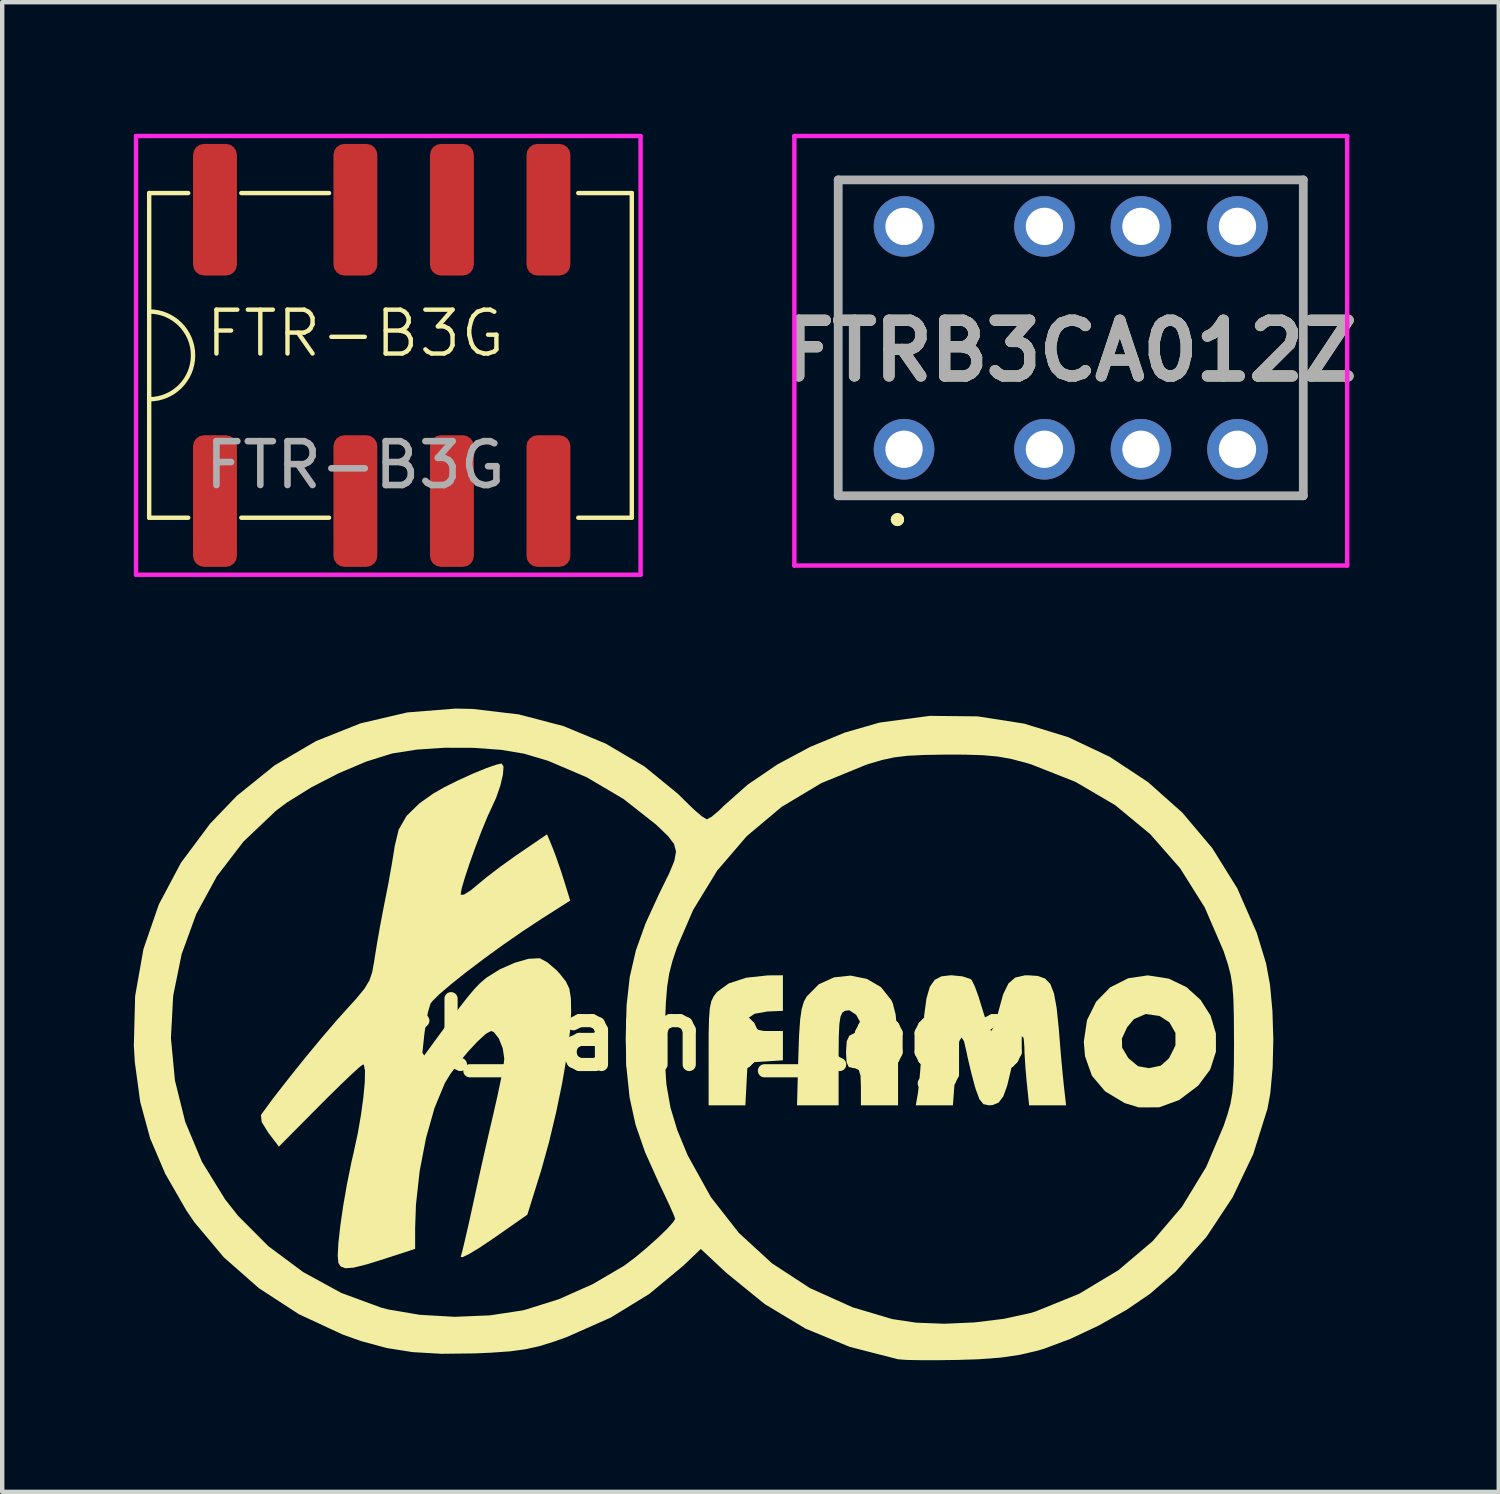
<source format=kicad_pcb>
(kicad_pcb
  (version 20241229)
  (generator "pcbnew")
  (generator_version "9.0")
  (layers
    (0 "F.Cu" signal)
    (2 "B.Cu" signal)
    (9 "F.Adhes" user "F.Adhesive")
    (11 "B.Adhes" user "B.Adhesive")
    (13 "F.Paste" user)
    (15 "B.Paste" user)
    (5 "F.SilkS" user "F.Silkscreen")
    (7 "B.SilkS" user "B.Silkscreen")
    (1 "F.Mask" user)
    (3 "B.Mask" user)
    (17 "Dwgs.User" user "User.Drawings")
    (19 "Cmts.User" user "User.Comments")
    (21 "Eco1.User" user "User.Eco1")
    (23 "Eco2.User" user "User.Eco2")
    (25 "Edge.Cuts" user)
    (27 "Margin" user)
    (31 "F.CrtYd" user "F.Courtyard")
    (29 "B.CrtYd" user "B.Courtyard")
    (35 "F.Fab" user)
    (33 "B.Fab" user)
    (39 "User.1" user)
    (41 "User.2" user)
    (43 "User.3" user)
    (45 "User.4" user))
  (footprint "FTR-B3G"
    (layer "F.Cu")
    (at 5.05 5.05)
    (property "Reference" "FTR-B3G" (at 0 -0.5 0) (unlocked yes) (layer "F.SilkS") (effects (font (size 1 1) (thickness 0.1))))
    (attr smd)
    (fp_line (start -4.7 -3.7) (end -4.7 3.7) (stroke (width 0.1) (type default)) (layer "F.SilkS"))
    (fp_line (start -3.81 -3.7) (end -4.7 -3.7) (stroke (width 0.1) (type default)) (layer "F.SilkS"))
    (fp_line (start -3.81 3.7) (end -4.7 3.7) (stroke (width 0.1) (type default)) (layer "F.SilkS"))
    (fp_line (start -0.6 -3.7) (end -2.6 -3.7) (stroke (width 0.1) (type default)) (layer "F.SilkS"))
    (fp_line (start -0.6 3.7) (end -2.6 3.7) (stroke (width 0.1) (type default)) (layer "F.SilkS"))
    (fp_line (start 6.3 -3.7) (end 5.08 -3.7) (stroke (width 0.1) (type default)) (layer "F.SilkS"))
    (fp_line (start 6.3 -3.7) (end 6.3 3.7) (stroke (width 0.1) (type default)) (layer "F.SilkS"))
    (fp_line (start 6.3 3.7) (end 5.08 3.7) (stroke (width 0.1) (type default)) (layer "F.SilkS"))
    (fp_arc (start -4.7 -1) (mid -3.7 0) (end -4.7 1) (stroke (width 0.1) (type default)) (layer "F.SilkS"))
    (fp_line (start -5 -5) (end -5 5) (stroke (width 0.1) (type default)) (layer "F.CrtYd"))
    (fp_line (start -5 -5) (end 6.5 -5) (stroke (width 0.1) (type default)) (layer "F.CrtYd"))
    (fp_line (start -5 5) (end 6.5 5) (stroke (width 0.1) (type default)) (layer "F.CrtYd"))
    (fp_line (start 6.5 -5) (end 6.5 5) (stroke (width 0.1) (type default)) (layer "F.CrtYd"))
    (fp_text user "${REFERENCE}" (at 0 2.5 0) (unlocked yes) (layer "F.Fab") (effects (font (size 1 1) (thickness 0.15))))
    (pad "1" smd roundrect (at -3.2 3.32) (size 1 3) (layers "F.Cu" "F.Mask" "F.Paste") (roundrect_rratio 0.25))
    (pad "2" smd roundrect (at 0 3.32) (size 1 3) (layers "F.Cu" "F.Mask" "F.Paste") (roundrect_rratio 0.25))
    (pad "3" smd roundrect (at 2.2 3.32) (size 1 3) (layers "F.Cu" "F.Mask" "F.Paste") (roundrect_rratio 0.25))
    (pad "4" smd roundrect (at 4.4 3.32) (size 1 3) (layers "F.Cu" "F.Mask" "F.Paste") (roundrect_rratio 0.25))
    (pad "5" smd roundrect (at 4.4 -3.32) (size 1 3) (layers "F.Cu" "F.Mask" "F.Paste") (roundrect_rratio 0.25))
    (pad "6" smd roundrect (at 2.2 -3.32) (size 1 3) (layers "F.Cu" "F.Mask" "F.Paste") (roundrect_rratio 0.25))
    (pad "7" smd roundrect (at 0 -3.32) (size 1 3) (layers "F.Cu" "F.Mask" "F.Paste") (roundrect_rratio 0.25))
    (pad "8" smd roundrect (at -3.2 -3.32) (size 1 3) (layers "F.Cu" "F.Mask" "F.Paste") (roundrect_rratio 0.25)))
  (footprint "FTRB3CA012Z"
    (layer "F.Cu")
    (at 17.555 7.19)
    (property "Reference" "FTRB3CA012Z" (at 3.8 -2.245 0) (layer "F.SilkS") (effects (font (size 1.27 1.27) (thickness 0.254))))
    (attr through_hole)
    (fp_line (start -1.5 -6.14) (end -1.5 1.06) (stroke (width 0.1) (type solid)) (layer "F.SilkS"))
    (fp_line (start -1.5 1.06) (end 9.1 1.06) (stroke (width 0.1) (type solid)) (layer "F.SilkS"))
    (fp_line (start -0.2 1.6) (end -0.2 1.6) (stroke (width 0.2) (type solid)) (layer "F.SilkS"))
    (fp_line (start -0.2 1.6) (end -0.2 1.6) (stroke (width 0.2) (type solid)) (layer "F.SilkS"))
    (fp_line (start -0.1 1.6) (end -0.1 1.6) (stroke (width 0.2) (type solid)) (layer "F.SilkS"))
    (fp_line (start 9.1 -6.14) (end -1.5 -6.14) (stroke (width 0.1) (type solid)) (layer "F.SilkS"))
    (fp_line (start 9.1 1.06) (end 9.1 -6.14) (stroke (width 0.1) (type solid)) (layer "F.SilkS"))
    (fp_arc (start -0.2 1.6) (mid -0.15 1.55) (end -0.1 1.6) (stroke (width 0.2) (type solid)) (layer "F.SilkS"))
    (fp_arc (start -0.1 1.6) (mid -0.15 1.65) (end -0.2 1.6) (stroke (width 0.2) (type solid)) (layer "F.SilkS"))
    (fp_arc (start -0.1 1.6) (mid -0.15 1.65) (end -0.2 1.6) (stroke (width 0.2) (type solid)) (layer "F.SilkS"))
    (fp_line (start -2.5 -7.14) (end -2.5 2.65) (stroke (width 0.1) (type solid)) (layer "F.CrtYd"))
    (fp_line (start -2.5 2.65) (end 10.1 2.65) (stroke (width 0.1) (type solid)) (layer "F.CrtYd"))
    (fp_line (start 10.1 -7.14) (end -2.5 -7.14) (stroke (width 0.1) (type solid)) (layer "F.CrtYd"))
    (fp_line (start 10.1 2.65) (end 10.1 -7.14) (stroke (width 0.1) (type solid)) (layer "F.CrtYd"))
    (fp_line (start -1.5 -6.14) (end 9.1 -6.14) (stroke (width 0.2) (type solid)) (layer "F.Fab"))
    (fp_line (start -1.5 1.06) (end -1.5 -6.14) (stroke (width 0.2) (type solid)) (layer "F.Fab"))
    (fp_line (start 9.1 -6.14) (end 9.1 1.06) (stroke (width 0.2) (type solid)) (layer "F.Fab"))
    (fp_line (start 9.1 1.06) (end -1.5 1.06) (stroke (width 0.2) (type solid)) (layer "F.Fab"))
    (fp_text user "${REFERENCE}" (at 3.8 -2.245 0) (layer "F.Fab") (effects (font (size 1.27 1.27) (thickness 0.254))))
    (pad "1" thru_hole circle (at 0 0) (size 1.381 1.381) (drill 0.85) (layers "*.Cu" "*.Mask"))
    (pad "2" thru_hole circle (at 3.2 0) (size 1.381 1.381) (drill 0.85) (layers "*.Cu" "*.Mask"))
    (pad "3" thru_hole circle (at 5.4 0) (size 1.381 1.381) (drill 0.85) (layers "*.Cu" "*.Mask"))
    (pad "4" thru_hole circle (at 7.6 0) (size 1.381 1.381) (drill 0.85) (layers "*.Cu" "*.Mask"))
    (pad "5" thru_hole circle (at 7.6 -5.08) (size 1.381 1.381) (drill 0.85) (layers "*.Cu" "*.Mask"))
    (pad "6" thru_hole circle (at 5.4 -5.08) (size 1.381 1.381) (drill 0.85) (layers "*.Cu" "*.Mask"))
    (pad "7" thru_hole circle (at 3.2 -5.08) (size 1.381 1.381) (drill 0.85) (layers "*.Cu" "*.Mask"))
    (pad "8" thru_hole circle (at 0 -5.08) (size 1.381 1.381) (drill 0.85) (layers "*.Cu" "*.Mask")))
  (footprint "kl_famo_logo"
    (layer "F.Cu")
    (at 13.016 20.534)
    (property "Reference" "kl_famo_logo" (at 0 0 0) (layer "F.SilkS") (effects (font (size 1.5 1.5) (thickness 0.3))))
    (attr exclude_from_pos_files exclude_from_bom)
    (fp_poly (pts (xy 1.778 -0.949) (xy 1.778 -0.544) (xy 1.426 -0.53) (xy 1.134 -0.478) (xy 0.977 -0.373) (xy 0.957 -0.249) (xy 1.076 -0.143) (xy 1.334 -0.087) (xy 1.406 -0.085) (xy 1.778 -0.085) (xy 1.778 0.249) (xy 1.778 0.583) (xy 1.376 0.609) (xy 0.974 0.635) (xy 0.948 1.122) (xy 0.923 1.609) (xy 0.504 1.609) (xy 0.085 1.609) (xy 0.085 0.428) (xy 0.086 -0.045) (xy 0.095 -0.381) (xy 0.113 -0.61) (xy 0.147 -0.765) (xy 0.2 -0.876) (xy 0.275 -0.973) (xy 0.545 -1.17) (xy 0.941 -1.3) (xy 1.427 -1.352) (xy 1.46 -1.353) (xy 1.778 -1.355)) (stroke (width 0) (type solid)) (fill yes) (layer "F.SilkS"))
    (fp_poly (pts (xy 10.57 -1.28) (xy 10.976 -1.085) (xy 11.299 -0.793) (xy 11.527 -0.433) (xy 11.647 -0.03) (xy 11.648 0.387) (xy 11.517 0.794) (xy 11.242 1.162) (xy 11.241 1.163) (xy 10.807 1.489) (xy 10.352 1.655) (xy 9.889 1.656) (xy 9.568 1.558) (xy 9.123 1.291) (xy 8.822 0.936) (xy 8.664 0.491) (xy 8.636 0.16) (xy 8.647 0.086) (xy 9.505 0.086) (xy 9.51 0.294) (xy 9.643 0.519) (xy 9.658 0.539) (xy 9.872 0.717) (xy 10.118 0.762) (xy 10.39 0.705) (xy 10.577 0.539) (xy 10.725 0.245) (xy 10.725 -0.042) (xy 10.586 -0.284) (xy 10.361 -0.428) (xy 10.046 -0.472) (xy 9.779 -0.356) (xy 9.625 -0.172) (xy 9.505 0.086) (xy 8.647 0.086) (xy 8.71 -0.334) (xy 8.918 -0.754) (xy 9.238 -1.08) (xy 9.647 -1.287) (xy 10.093 -1.353)) (stroke (width 0) (type solid)) (fill yes) (layer "F.SilkS"))
    (fp_poly (pts (xy 3.691 -1.273) (xy 4.012 -1.086) (xy 4.248 -0.791) (xy 4.281 -0.721) (xy 4.347 -0.464) (xy 4.387 -0.065) (xy 4.402 0.488) (xy 4.403 0.59) (xy 4.403 1.609) (xy 3.979 1.609) (xy 3.556 1.609) (xy 3.556 1.185) (xy 3.547 0.931) (xy 3.509 0.805) (xy 3.426 0.764) (xy 3.387 0.762) (xy 3.28 0.736) (xy 3.23 0.63) (xy 3.217 0.401) (xy 3.217 0.391) (xy 3.233 0.146) (xy 3.293 0.021) (xy 3.387 -0.025) (xy 3.532 -0.125) (xy 3.533 -0.299) (xy 3.448 -0.454) (xy 3.293 -0.557) (xy 3.194 -0.546) (xy 3.132 -0.503) (xy 3.091 -0.411) (xy 3.065 -0.243) (xy 3.052 0.032) (xy 3.048 0.44) (xy 3.048 0.559) (xy 3.048 1.609) (xy 2.574 1.609) (xy 2.1 1.609) (xy 2.13 0.487) (xy 2.147 0.004) (xy 2.171 -0.342) (xy 2.205 -0.583) (xy 2.255 -0.751) (xy 2.321 -0.872) (xy 2.598 -1.151) (xy 2.944 -1.308) (xy 3.321 -1.348)) (stroke (width 0) (type solid)) (fill yes) (layer "F.SilkS"))
    (fp_poly (pts (xy 7.588 -1.34) (xy 7.754 -1.281) (xy 7.874 -1.155) (xy 7.958 -0.937) (xy 8.018 -0.606) (xy 8.066 -0.137) (xy 8.084 0.085) (xy 8.116 0.475) (xy 8.152 0.871) (xy 8.182 1.164) (xy 8.232 1.609) (xy 7.811 1.609) (xy 7.39 1.609) (xy 7.336 1.088) (xy 7.306 0.75) (xy 7.286 0.432) (xy 7.281 0.267) (xy 7.265 0.072) (xy 7.222 0.033) (xy 7.157 0.137) (xy 7.078 0.375) (xy 6.991 0.735) (xy 6.986 0.757) (xy 6.893 1.151) (xy 6.802 1.404) (xy 6.696 1.546) (xy 6.558 1.603) (xy 6.473 1.609) (xy 6.349 1.582) (xy 6.26 1.475) (xy 6.176 1.251) (xy 6.15 1.164) (xy 6.064 0.84) (xy 5.99 0.524) (xy 5.965 0.401) (xy 5.906 0.148) (xy 5.85 0.062) (xy 5.799 0.144) (xy 5.753 0.393) (xy 5.713 0.804) (xy 5.653 1.609) (xy 5.23 1.609) (xy 4.807 1.609) (xy 4.855 1.333) (xy 4.879 1.138) (xy 4.908 0.82) (xy 4.937 0.428) (xy 4.959 0.085) (xy 4.999 -0.447) (xy 5.051 -0.832) (xy 5.127 -1.092) (xy 5.237 -1.251) (xy 5.392 -1.331) (xy 5.601 -1.355) (xy 5.622 -1.355) (xy 5.869 -1.331) (xy 6.047 -1.273) (xy 6.08 -1.247) (xy 6.148 -1.113) (xy 6.237 -0.87) (xy 6.316 -0.612) (xy 6.4 -0.342) (xy 6.476 -0.152) (xy 6.525 -0.085) (xy 6.577 -0.16) (xy 6.644 -0.353) (xy 6.69 -0.529) (xy 6.797 -0.919) (xy 6.918 -1.168) (xy 7.073 -1.303) (xy 7.287 -1.353) (xy 7.362 -1.355)) (stroke (width 0) (type solid)) (fill yes) (layer "F.SilkS"))
    (fp_poly (pts (xy -4.589 -6.11) (xy -4.603 -5.927) (xy -4.663 -5.675) (xy -4.759 -5.399) (xy -4.841 -5.219) (xy -4.955 -4.972) (xy -5.088 -4.649) (xy -5.227 -4.286) (xy -5.357 -3.923) (xy -5.466 -3.596) (xy -5.541 -3.343) (xy -5.567 -3.201) (xy -5.565 -3.19) (xy -5.493 -3.193) (xy -5.338 -3.29) (xy -5.202 -3.403) (xy -4.972 -3.593) (xy -4.659 -3.832) (xy -4.321 -4.075) (xy -4.233 -4.135) (xy -3.598 -4.568) (xy -3.484 -4.295) (xy -3.393 -4.058) (xy -3.284 -3.743) (xy -3.219 -3.54) (xy -3.069 -3.058) (xy -3.726 -2.64) (xy -4.151 -2.36) (xy -4.594 -2.053) (xy -5.03 -1.737) (xy -5.435 -1.43) (xy -5.784 -1.152) (xy -6.054 -0.922) (xy -6.219 -0.757) (xy -6.255 -0.705) (xy -6.309 -0.525) (xy -6.363 -0.243) (xy -6.397 0.014) (xy -6.453 0.55) (xy -6.176 0.169) (xy -5.842 -0.286) (xy -5.589 -0.626) (xy -5.397 -0.872) (xy -5.249 -1.047) (xy -5.127 -1.173) (xy -5.011 -1.273) (xy -4.97 -1.305) (xy -4.672 -1.492) (xy -4.336 -1.64) (xy -4.019 -1.731) (xy -3.775 -1.744) (xy -3.756 -1.74) (xy -3.592 -1.651) (xy -3.39 -1.478) (xy -3.311 -1.395) (xy -3.169 -1.215) (xy -3.089 -1.049) (xy -3.055 -0.833) (xy -3.048 -0.518) (xy -3.073 -0.085) (xy -3.144 0.468) (xy -3.252 1.1) (xy -3.391 1.772) (xy -3.551 2.442) (xy -3.725 3.07) (xy -3.757 3.173) (xy -4.046 4.101) (xy -4.833 4.651) (xy -5.136 4.854) (xy -5.376 4.999) (xy -5.527 5.072) (xy -5.566 5.061) (xy -5.528 4.927) (xy -5.465 4.665) (xy -5.384 4.312) (xy -5.294 3.904) (xy -5.289 3.879) (xy -5.171 3.34) (xy -5.034 2.727) (xy -4.897 2.13) (xy -4.818 1.793) (xy -4.724 1.377) (xy -4.646 1.005) (xy -4.593 0.717) (xy -4.572 0.552) (xy -4.572 0.548) (xy -4.608 0.309) (xy -4.695 0.088) (xy -4.808 -0.058) (xy -4.874 -0.085) (xy -4.99 -0.022) (xy -5.173 0.144) (xy -5.39 0.376) (xy -5.611 0.639) (xy -5.803 0.898) (xy -5.927 1.102) (xy -6.162 1.669) (xy -6.356 2.354) (xy -6.501 3.107) (xy -6.586 3.88) (xy -6.604 4.407) (xy -6.604 4.881) (xy -7.303 5.108) (xy -7.722 5.238) (xy -8.01 5.309) (xy -8.194 5.322) (xy -8.301 5.282) (xy -8.353 5.203) (xy -8.369 5.038) (xy -8.353 4.742) (xy -8.309 4.348) (xy -8.242 3.89) (xy -8.157 3.4) (xy -8.058 2.914) (xy -8.002 2.667) (xy -7.912 2.25) (xy -7.838 1.825) (xy -7.784 1.424) (xy -7.752 1.08) (xy -7.747 0.825) (xy -7.771 0.69) (xy -7.79 0.677) (xy -7.868 0.734) (xy -8.042 0.892) (xy -8.292 1.13) (xy -8.594 1.427) (xy -8.781 1.614) (xy -9.709 2.55) (xy -9.948 2.237) (xy -10.102 1.99) (xy -10.119 1.832) (xy -10.11 1.815) (xy -9.839 1.447) (xy -9.492 1.001) (xy -9.109 0.523) (xy -8.725 0.059) (xy -8.38 -0.342) (xy -8.213 -0.528) (xy -7.939 -0.83) (xy -7.759 -1.051) (xy -7.648 -1.234) (xy -7.584 -1.421) (xy -7.541 -1.652) (xy -7.532 -1.714) (xy -7.479 -2.045) (xy -7.405 -2.468) (xy -7.321 -2.906) (xy -7.293 -3.048) (xy -7.212 -3.46) (xy -7.139 -3.868) (xy -7.084 -4.203) (xy -7.07 -4.3) (xy -6.979 -4.676) (xy -6.799 -4.989) (xy -6.503 -5.277) (xy -6.191 -5.497) (xy -5.942 -5.64) (xy -5.626 -5.797) (xy -5.29 -5.95) (xy -4.979 -6.078) (xy -4.738 -6.16) (xy -4.631 -6.181)) (stroke (width 0) (type solid)) (fill yes) (layer "F.SilkS"))
    (fp_poly (pts (xy -5.292 -7.426) (xy -4.24 -7.301) (xy -3.221 -7.034) (xy -2.26 -6.635) (xy -1.381 -6.117) (xy -0.612 -5.489) (xy -0.468 -5.345) (xy -0.248 -5.131) (xy -0.066 -4.975) (xy 0.041 -4.911) (xy 0.045 -4.911) (xy 0.152 -4.967) (xy 0.324 -5.112) (xy 0.428 -5.215) (xy 0.978 -5.702) (xy 1.652 -6.16) (xy 2.404 -6.563) (xy 3.189 -6.887) (xy 3.96 -7.109) (xy 4.01 -7.119) (xy 5.127 -7.268) (xy 6.22 -7.256) (xy 7.276 -7.091) (xy 8.284 -6.781) (xy 9.229 -6.334) (xy 10.1 -5.758) (xy 10.883 -5.061) (xy 11.566 -4.251) (xy 12.135 -3.336) (xy 12.578 -2.324) (xy 12.79 -1.629) (xy 12.881 -1.135) (xy 12.936 -0.535) (xy 12.956 0.116) (xy 12.94 0.758) (xy 12.887 1.335) (xy 12.824 1.682) (xy 12.498 2.721) (xy 12.029 3.704) (xy 11.433 4.606) (xy 10.724 5.404) (xy 10.145 5.905) (xy 9.61 6.271) (xy 8.984 6.624) (xy 8.333 6.931) (xy 7.721 7.16) (xy 7.578 7.202) (xy 7.175 7.296) (xy 6.744 7.359) (xy 6.232 7.397) (xy 5.757 7.412) (xy 5.316 7.418) (xy 4.92 7.418) (xy 4.609 7.412) (xy 4.421 7.399) (xy 4.403 7.397) (xy 3.3 7.114) (xy 2.293 6.698) (xy 1.362 6.138) (xy 0.485 5.424) (xy 0.457 5.398) (xy -0.093 4.883) (xy -0.491 5.264) (xy -1.269 5.909) (xy -2.145 6.446) (xy -3.144 6.889) (xy -3.446 6.997) (xy -3.773 7.098) (xy -4.087 7.168) (xy -4.439 7.216) (xy -4.877 7.247) (xy -5.24 7.263) (xy -6.007 7.272) (xy -6.66 7.234) (xy -7.249 7.141) (xy -7.825 6.986) (xy -8.253 6.835) (xy -9.255 6.369) (xy -10.164 5.778) (xy -10.964 5.074) (xy -11.637 4.272) (xy -11.82 4.002) (xy -12.3 3.168) (xy -12.644 2.362) (xy -12.87 1.531) (xy -12.993 0.627) (xy -13.016 0.244) (xy -13.011 0.076) (xy -12.17 0.076) (xy -12.079 1.04) (xy -11.844 1.986) (xy -11.463 2.896) (xy -10.934 3.754) (xy -10.639 4.128) (xy -9.951 4.818) (xy -9.154 5.411) (xy -8.285 5.886) (xy -7.38 6.219) (xy -7.214 6.262) (xy -6.496 6.384) (xy -5.701 6.429) (xy -4.9 6.396) (xy -4.166 6.285) (xy -4.095 6.268) (xy -3.329 6.028) (xy -2.554 5.683) (xy -1.853 5.272) (xy -1.831 5.257) (xy -1.594 5.08) (xy -1.332 4.862) (xy -1.076 4.633) (xy -0.86 4.424) (xy -0.717 4.265) (xy -0.677 4.195) (xy -0.712 4.101) (xy -0.806 3.889) (xy -0.944 3.596) (xy -1.056 3.362) (xy -1.365 2.673) (xy -1.581 2.048) (xy -1.717 1.427) (xy -1.787 0.75) (xy -1.793 0.54) (xy -0.916 0.54) (xy -0.877 1.134) (xy -0.784 1.661) (xy -0.63 2.172) (xy -0.406 2.715) (xy -0.383 2.765) (xy 0.137 3.702) (xy 0.775 4.517) (xy 1.527 5.208) (xy 2.392 5.774) (xy 3.366 6.212) (xy 4.276 6.482) (xy 4.818 6.563) (xy 5.46 6.587) (xy 6.145 6.557) (xy 6.815 6.475) (xy 7.412 6.345) (xy 7.535 6.308) (xy 8.531 5.904) (xy 9.423 5.368) (xy 10.206 4.704) (xy 10.876 3.917) (xy 11.426 3.013) (xy 11.825 2.074) (xy 11.916 1.801) (xy 11.981 1.565) (xy 12.022 1.327) (xy 12.046 1.047) (xy 12.057 0.684) (xy 12.06 0.2) (xy 12.059 0.085) (xy 12.056 -0.431) (xy 12.046 -0.817) (xy 12.023 -1.114) (xy 11.984 -1.361) (xy 11.923 -1.599) (xy 11.835 -1.868) (xy 11.823 -1.905) (xy 11.392 -2.902) (xy 10.832 -3.794) (xy 10.149 -4.573) (xy 9.352 -5.232) (xy 8.448 -5.763) (xy 7.445 -6.159) (xy 7.306 -6.201) (xy 6.986 -6.285) (xy 6.682 -6.34) (xy 6.344 -6.371) (xy 5.925 -6.384) (xy 5.503 -6.385) (xy 5.005 -6.377) (xy 4.628 -6.359) (xy 4.324 -6.323) (xy 4.044 -6.263) (xy 3.741 -6.174) (xy 3.672 -6.152) (xy 2.654 -5.735) (xy 1.747 -5.192) (xy 0.954 -4.526) (xy 0.281 -3.742) (xy -0.268 -2.844) (xy -0.636 -1.99) (xy -0.74 -1.679) (xy -0.812 -1.4) (xy -0.859 -1.103) (xy -0.889 -0.74) (xy -0.909 -0.264) (xy -0.912 -0.169) (xy -0.916 0.54) (xy -1.793 0.54) (xy -1.805 0.085) (xy -1.785 -0.67) (xy -1.712 -1.319) (xy -1.573 -1.922) (xy -1.354 -2.535) (xy -1.041 -3.216) (xy -1.012 -3.275) (xy -0.815 -3.675) (xy -0.696 -3.963) (xy -0.658 -4.174) (xy -0.704 -4.348) (xy -0.836 -4.523) (xy -1.056 -4.736) (xy -1.116 -4.792) (xy -1.854 -5.373) (xy -2.691 -5.867) (xy -3.575 -6.244) (xy -4.122 -6.406) (xy -4.646 -6.494) (xy -5.271 -6.539) (xy -5.931 -6.541) (xy -6.565 -6.499) (xy -7.107 -6.414) (xy -7.154 -6.403) (xy -7.72 -6.225) (xy -8.344 -5.961) (xy -8.964 -5.642) (xy -9.516 -5.3) (xy -9.777 -5.105) (xy -10.518 -4.401) (xy -11.124 -3.61) (xy -11.594 -2.749) (xy -11.926 -1.836) (xy -12.119 -0.888) (xy -12.17 0.076) (xy -13.011 0.076) (xy -12.986 -0.882) (xy -12.796 -1.954) (xy -12.447 -2.968) (xy -11.941 -3.921) (xy -11.277 -4.811) (xy -10.67 -5.443) (xy -9.807 -6.14) (xy -8.862 -6.694) (xy -7.849 -7.097) (xy -6.785 -7.346) (xy -5.683 -7.434)) (stroke (width 0) (type solid)) (fill yes) (layer "F.SilkS")))
  (gr_rect
    (start -3 -3)
    (end 31.11 30.953)
    (stroke (width 0.1) (type default))
    (fill no)
    (layer "Edge.Cuts")))
</source>
